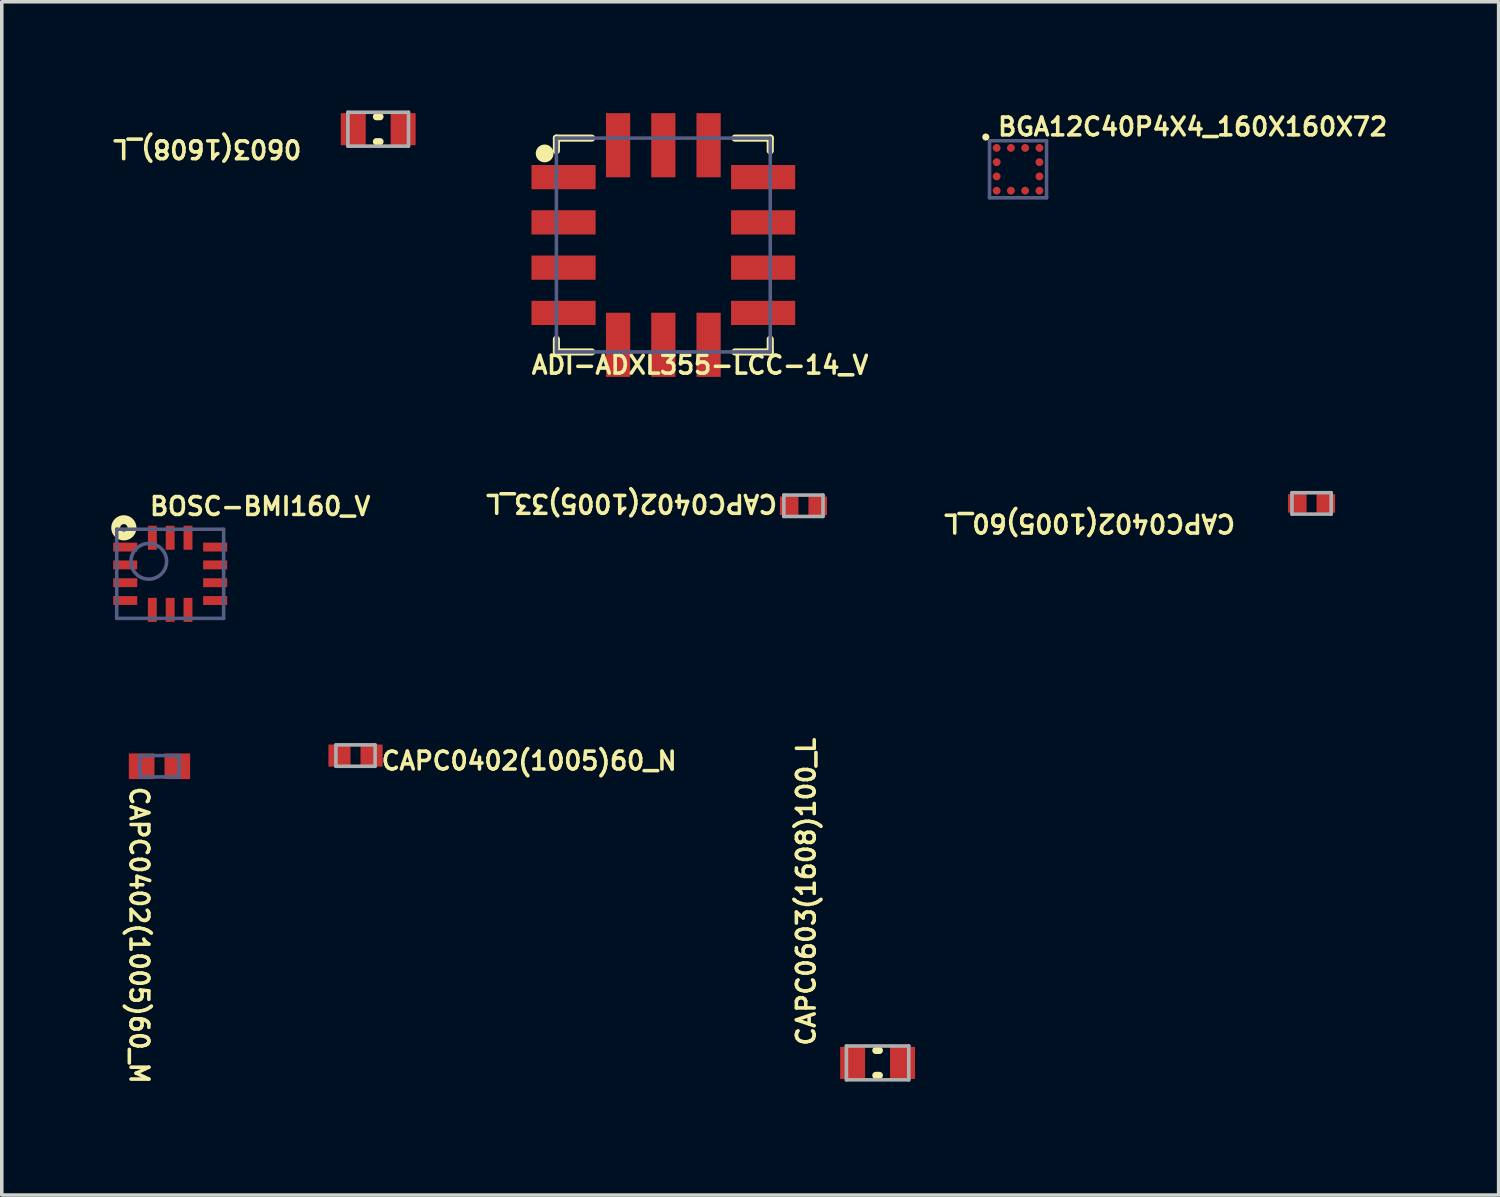
<source format=kicad_pcb>
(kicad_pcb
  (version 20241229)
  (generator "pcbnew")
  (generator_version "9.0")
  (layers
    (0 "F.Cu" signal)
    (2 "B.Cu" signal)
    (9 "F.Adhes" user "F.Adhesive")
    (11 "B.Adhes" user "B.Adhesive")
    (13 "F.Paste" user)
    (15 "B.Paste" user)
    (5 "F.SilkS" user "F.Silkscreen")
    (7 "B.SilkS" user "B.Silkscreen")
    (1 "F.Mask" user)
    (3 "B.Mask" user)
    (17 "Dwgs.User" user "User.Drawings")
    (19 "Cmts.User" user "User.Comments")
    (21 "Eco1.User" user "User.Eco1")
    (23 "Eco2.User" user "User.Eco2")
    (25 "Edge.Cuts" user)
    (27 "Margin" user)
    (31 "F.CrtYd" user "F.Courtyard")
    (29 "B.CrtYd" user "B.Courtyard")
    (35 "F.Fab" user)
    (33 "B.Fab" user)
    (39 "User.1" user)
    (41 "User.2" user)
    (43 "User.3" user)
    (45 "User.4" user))
  (footprint "CAPC0603(1608)100_L"
    (layer "F.Cu")
    (at 21.574 26.774)
    (property "Reference" "CAPC0603(1608)100_L" (at -1.712 -0.43 90) (unlocked yes) (layer "F.SilkS") (effects (font (size 0.5 0.5) (thickness 0.1)) (justify left bottom)))
    (fp_line (start -0.05 -0.35) (end 0.05 -0.35) (stroke (width 0.2) (type solid)) (layer "F.SilkS"))
    (fp_line (start -0.05 0.35) (end 0.05 0.35) (stroke (width 0.2) (type solid)) (layer "F.SilkS"))
    (fp_line (start -1.15 -0.55) (end 1.15 -0.55) (stroke (width 0.05) (type solid)) (layer "Eco1.User"))
    (fp_line (start -1.15 0.55) (end -1.15 -0.55) (stroke (width 0.05) (type solid)) (layer "Eco1.User"))
    (fp_line (start -1.15 0.55) (end 1.15 0.55) (stroke (width 0.05) (type solid)) (layer "Eco1.User"))
    (fp_line (start -0.475 0) (end 0.475 0) (stroke (width 0.05) (type solid)) (layer "Eco1.User"))
    (fp_line (start 0.00001 0.475) (end 0.00001 -0.475) (stroke (width 0.05) (type solid)) (layer "Eco1.User"))
    (fp_line (start 1.15 0.55) (end 1.15 -0.55) (stroke (width 0.05) (type solid)) (layer "Eco1.User"))
    (fp_line (start -0.875 -0.475) (end 0.875 -0.475) (stroke (width 0.1) (type solid)) (layer "F.Fab"))
    (fp_line (start -0.875 0.475) (end -0.875 -0.475) (stroke (width 0.1) (type solid)) (layer "F.Fab"))
    (fp_line (start -0.875 0.475) (end 0.875 0.475) (stroke (width 0.1) (type solid)) (layer "F.Fab"))
    (fp_line (start 0.875 0.475) (end 0.875 -0.475) (stroke (width 0.1) (type solid)) (layer "F.Fab"))
    (pad "1" smd rect (at -0.7 0 270) (size 0.9 0.7) (layers "F.Cu" "F.Mask" "F.Paste"))
    (pad "2" smd rect (at 0.7 0 270) (size 0.9 0.7) (layers "F.Cu" "F.Mask" "F.Paste")))
  (footprint "CAPC0402(1005)33_L"
    (layer "F.Cu")
    (at 19.493 11.141)
    (property "Reference" "CAPC0402(1005)33_L" (at -0.684 -0.355 180) (unlocked yes) (layer "F.SilkS") (effects (font (size 0.5 0.5) (thickness 0.1)) (justify left bottom)))
    (fp_line (start -0.8 0.4) (end -0.8 -0.4) (stroke (width 0.05) (type solid)) (layer "Eco1.User"))
    (fp_line (start 0 0.3) (end 0 -0.3) (stroke (width 0.05) (type solid)) (layer "Eco1.User"))
    (fp_line (start 0.3 0) (end -0.3 0) (stroke (width 0.05) (type solid)) (layer "Eco1.User"))
    (fp_line (start 0.8 -0.4) (end -0.8 -0.4) (stroke (width 0.05) (type solid)) (layer "Eco1.User"))
    (fp_line (start 0.8 0.4) (end -0.8 0.4) (stroke (width 0.05) (type solid)) (layer "Eco1.User"))
    (fp_line (start 0.8 0.4) (end 0.8 -0.4) (stroke (width 0.05) (type solid)) (layer "Eco1.User"))
    (fp_line (start -0.55 0.3) (end -0.55 -0.3) (stroke (width 0.1) (type solid)) (layer "F.Fab"))
    (fp_line (start 0.55 -0.3) (end -0.55 -0.3) (stroke (width 0.1) (type solid)) (layer "F.Fab"))
    (fp_line (start 0.55 0.3) (end -0.55 0.3) (stroke (width 0.1) (type solid)) (layer "F.Fab"))
    (fp_line (start 0.55 0.3) (end 0.55 -0.3) (stroke (width 0.1) (type solid)) (layer "F.Fab"))
    (pad "1" smd rect (at -0.4 0 270) (size 0.52 0.52) (layers "F.Cu" "F.Mask" "F.Paste"))
    (pad "2" smd rect (at 0.4 0 270) (size 0.52 0.52) (layers "F.Cu" "F.Mask" "F.Paste")))
  (footprint "BGA12C40P4X4_160X160X72"
    (layer "F.Cu")
    (at 25.515 1.7)
    (property "Reference" "BGA12C40P4X4_160X160X72" (at -0.62 -0.9 0) (unlocked yes) (layer "F.SilkS") (effects (font (size 0.5 0.5) (thickness 0.1)) (justify left bottom)))
    (fp_circle (center -0.905 -0.905) (end -0.905 -0.955) (stroke (width 0.1) (type solid)) (fill no) (layer "F.SilkS"))
    (fp_line (start -1.05 -1.05) (end 1.05 -1.05) (stroke (width 0.05) (type solid)) (layer "Eco1.User"))
    (fp_line (start -1.05 1.05) (end -1.05 -1.05) (stroke (width 0.05) (type solid)) (layer "Eco1.User"))
    (fp_line (start -1.05 1.05) (end 1.05 1.05) (stroke (width 0.05) (type solid)) (layer "Eco1.User"))
    (fp_line (start -0.5 0) (end 0.5 0) (stroke (width 0.1) (type solid)) (layer "Eco1.User"))
    (fp_line (start 0 0.5) (end 0 -0.5) (stroke (width 0.1) (type solid)) (layer "Eco1.User"))
    (fp_line (start 1.05 1.05) (end 1.05 -1.05) (stroke (width 0.05) (type solid)) (layer "Eco1.User"))
    (fp_line (start -0.8 -0.8) (end 0.8 -0.8) (stroke (width 0.1) (type solid)) (layer "B.Fab"))
    (fp_line (start -0.8 0.8) (end -0.8 -0.8) (stroke (width 0.1) (type solid)) (layer "B.Fab"))
    (fp_line (start -0.8 0.8) (end 0.8 0.8) (stroke (width 0.1) (type solid)) (layer "B.Fab"))
    (fp_line (start 0.8 0.8) (end 0.8 -0.8) (stroke (width 0.1) (type solid)) (layer "B.Fab"))
    (pad "1" smd circle (at -0.6 -0.6) (size 0.22 0.22) (layers "F.Cu" "F.Mask" "F.Paste"))
    (pad "2" smd circle (at -0.2 -0.6) (size 0.22 0.22) (layers "F.Cu" "F.Mask" "F.Paste"))
    (pad "3" smd circle (at 0.2 -0.6) (size 0.22 0.22) (layers "F.Cu" "F.Mask" "F.Paste"))
    (pad "4" smd circle (at 0.6 -0.6) (size 0.22 0.22) (layers "F.Cu" "F.Mask" "F.Paste"))
    (pad "5" smd circle (at 0.6 -0.2) (size 0.22 0.22) (layers "F.Cu" "F.Mask" "F.Paste"))
    (pad "6" smd circle (at 0.6 0.2) (size 0.22 0.22) (layers "F.Cu" "F.Mask" "F.Paste"))
    (pad "7" smd circle (at 0.6 0.6) (size 0.22 0.22) (layers "F.Cu" "F.Mask" "F.Paste"))
    (pad "8" smd circle (at 0.2 0.6) (size 0.22 0.22) (layers "F.Cu" "F.Mask" "F.Paste"))
    (pad "9" smd circle (at -0.2 0.6) (size 0.22 0.22) (layers "F.Cu" "F.Mask" "F.Paste"))
    (pad "10" smd circle (at -0.6 0.6) (size 0.22 0.22) (layers "F.Cu" "F.Mask" "F.Paste"))
    (pad "11" smd circle (at -0.6 0.2) (size 0.22 0.22) (layers "F.Cu" "F.Mask" "F.Paste"))
    (pad "12" smd circle (at -0.6 -0.2) (size 0.22 0.22) (layers "F.Cu" "F.Mask" "F.Paste")))
  (footprint "CAPC0402(1005)60_L"
    (layer "F.Cu")
    (at 33.751 11.075)
    (property "Reference" "CAPC0402(1005)60_L" (at -2.09 0.265 180) (unlocked yes) (layer "F.SilkS") (effects (font (size 0.5 0.5) (thickness 0.1)) (justify left bottom)))
    (fp_line (start -0.8 -0.4) (end -0.8 0.4) (stroke (width 0.05) (type solid)) (layer "Eco1.User"))
    (fp_line (start 0 -0.3) (end 0 0.3) (stroke (width 0.05) (type solid)) (layer "Eco1.User"))
    (fp_line (start 0.3 0) (end -0.3 0) (stroke (width 0.05) (type solid)) (layer "Eco1.User"))
    (fp_line (start 0.8 -0.4) (end -0.8 -0.4) (stroke (width 0.05) (type solid)) (layer "Eco1.User"))
    (fp_line (start 0.8 -0.4) (end 0.8 0.4) (stroke (width 0.05) (type solid)) (layer "Eco1.User"))
    (fp_line (start 0.8 0.4) (end -0.8 0.4) (stroke (width 0.05) (type solid)) (layer "Eco1.User"))
    (fp_line (start -0.55 -0.3) (end -0.55 0.3) (stroke (width 0.1) (type solid)) (layer "F.Fab"))
    (fp_line (start 0.55 -0.3) (end -0.55 -0.3) (stroke (width 0.1) (type solid)) (layer "F.Fab"))
    (fp_line (start 0.55 -0.3) (end 0.55 0.3) (stroke (width 0.1) (type solid)) (layer "F.Fab"))
    (fp_line (start 0.55 0.3) (end -0.55 0.3) (stroke (width 0.1) (type solid)) (layer "F.Fab"))
    (pad "1" smd rect (at -0.4 0 270) (size 0.52 0.52) (layers "F.Cu" "F.Mask" "F.Paste"))
    (pad "2" smd rect (at 0.4 0 270) (size 0.52 0.52) (layers "F.Cu" "F.Mask" "F.Paste")))
  (footprint "CAPC0402(1005)60_N"
    (layer "F.Cu")
    (at 6.925 18.15)
    (property "Reference" "CAPC0402(1005)60_N" (at 0.675 0.442 0) (unlocked yes) (layer "F.SilkS") (effects (font (size 0.5 0.5) (thickness 0.1)) (justify left bottom)))
    (fp_line (start -1.05 -0.6) (end -1.05 0.6) (stroke (width 0.05) (type solid)) (layer "Eco1.User"))
    (fp_line (start -1.05 -0.6) (end 1.05 -0.6) (stroke (width 0.05) (type solid)) (layer "Eco1.User"))
    (fp_line (start -1.05 0.6) (end 1.05 0.6) (stroke (width 0.05) (type solid)) (layer "Eco1.User"))
    (fp_line (start -0.3 0) (end 0.3 0) (stroke (width 0.05) (type solid)) (layer "Eco1.User"))
    (fp_line (start 0 -0.3) (end 0 0.3) (stroke (width 0.05) (type solid)) (layer "Eco1.User"))
    (fp_line (start 1.05 -0.6) (end 1.05 0.6) (stroke (width 0.05) (type solid)) (layer "Eco1.User"))
    (fp_line (start -0.55 -0.3) (end -0.55 0.3) (stroke (width 0.1) (type solid)) (layer "F.Fab"))
    (fp_line (start -0.55 -0.3) (end 0.55 -0.3) (stroke (width 0.1) (type solid)) (layer "F.Fab"))
    (fp_line (start -0.55 0.3) (end 0.55 0.3) (stroke (width 0.1) (type solid)) (layer "F.Fab"))
    (fp_line (start 0.55 -0.3) (end 0.55 0.3) (stroke (width 0.1) (type solid)) (layer "F.Fab"))
    (pad "1" smd rect (at -0.45 0 270) (size 0.62 0.62) (layers "F.Cu" "F.Mask" "F.Paste"))
    (pad "2" smd rect (at 0.45 0 270) (size 0.62 0.62) (layers "F.Cu" "F.Mask" "F.Paste")))
  (footprint "0603(1608)_L"
    (layer "F.Cu")
    (at 7.562 0.575)
    (property "Reference" "0603(1608)_L" (at -2.1 0.26 180) (unlocked yes) (layer "F.SilkS") (effects (font (size 0.5 0.5) (thickness 0.1)) (justify left bottom)))
    (fp_line (start 0.05 -0.35) (end -0.05 -0.35) (stroke (width 0.2) (type solid)) (layer "F.SilkS"))
    (fp_line (start 0.05 0.35) (end -0.05 0.35) (stroke (width 0.2) (type solid)) (layer "F.SilkS"))
    (fp_line (start -1.15 0.55) (end -1.15 -0.55) (stroke (width 0.05) (type solid)) (layer "Eco1.User"))
    (fp_line (start 0 0.475) (end 0 -0.475) (stroke (width 0.05) (type solid)) (layer "Eco1.User"))
    (fp_line (start 0.475 0) (end -0.475 0) (stroke (width 0.05) (type solid)) (layer "Eco1.User"))
    (fp_line (start 1.15 -0.55) (end -1.15 -0.55) (stroke (width 0.05) (type solid)) (layer "Eco1.User"))
    (fp_line (start 1.15 0.55) (end -1.15 0.55) (stroke (width 0.05) (type solid)) (layer "Eco1.User"))
    (fp_line (start 1.15 0.55) (end 1.15 -0.55) (stroke (width 0.05) (type solid)) (layer "Eco1.User"))
    (fp_line (start -0.85 0.475) (end -0.85 -0.475) (stroke (width 0.1) (type solid)) (layer "F.Fab"))
    (fp_line (start 0.85 -0.475) (end -0.85 -0.475) (stroke (width 0.1) (type solid)) (layer "F.Fab"))
    (fp_line (start 0.85 0.475) (end -0.85 0.475) (stroke (width 0.1) (type solid)) (layer "F.Fab"))
    (fp_line (start 0.85 0.475) (end 0.85 -0.475) (stroke (width 0.1) (type solid)) (layer "F.Fab"))
    (pad "1" smd rect (at -0.7 0 270) (size 0.9 0.7) (layers "F.Cu" "F.Mask" "F.Paste"))
    (pad "2" smd rect (at 0.7 0 270) (size 0.9 0.7) (layers "F.Cu" "F.Mask" "F.Paste")))
  (footprint "ADI-ADXL355-LCC-14_V"
    (layer "F.Cu")
    (at 15.562 3.825)
    (property "Reference" "ADI-ADXL355-LCC-14_V" (at -3.75 3.66 0) (unlocked yes) (layer "F.SilkS") (effects (font (size 0.5 0.5) (thickness 0.1)) (justify left bottom)))
    (fp_line (start -3 -3) (end -2.01 -3) (stroke (width 0.2) (type solid)) (layer "F.SilkS"))
    (fp_line (start -3 -2.645) (end -3 -3) (stroke (width 0.2) (type solid)) (layer "F.SilkS"))
    (fp_line (start -3 3) (end -3 2.645) (stroke (width 0.2) (type solid)) (layer "F.SilkS"))
    (fp_line (start -3 3) (end -2.01 3) (stroke (width 0.2) (type solid)) (layer "F.SilkS"))
    (fp_line (start 2.01 -3) (end 3 -3) (stroke (width 0.2) (type solid)) (layer "F.SilkS"))
    (fp_line (start 2.01 3) (end 3 3) (stroke (width 0.2) (type solid)) (layer "F.SilkS"))
    (fp_line (start 3 -2.645) (end 3 -3) (stroke (width 0.2) (type solid)) (layer "F.SilkS"))
    (fp_line (start 3 3) (end 3 2.645) (stroke (width 0.2) (type solid)) (layer "F.SilkS"))
    (fp_circle (center -3.33 -2.57) (end -3.33 -2.695) (stroke (width 0.25) (type solid)) (fill no) (layer "F.SilkS"))
    (fp_line (start -3.8 -3.8) (end 3.8 -3.8) (stroke (width 0.05) (type solid)) (layer "Eco1.User"))
    (fp_line (start -3.8 3.8) (end -3.8 -3.8) (stroke (width 0.05) (type solid)) (layer "Eco1.User"))
    (fp_line (start -3.8 3.8) (end 3.8 3.8) (stroke (width 0.05) (type solid)) (layer "Eco1.User"))
    (fp_line (start -0.5 0) (end 0.5 0) (stroke (width 0.1) (type solid)) (layer "Eco1.User"))
    (fp_line (start 0 0.5) (end 0 -0.5) (stroke (width 0.1) (type solid)) (layer "Eco1.User"))
    (fp_line (start 3.8 3.8) (end 3.8 -3.8) (stroke (width 0.05) (type solid)) (layer "Eco1.User"))
    (fp_line (start -3 -3) (end 3 -3) (stroke (width 0.1) (type solid)) (layer "B.Fab"))
    (fp_line (start -3 3) (end -3 -3) (stroke (width 0.1) (type solid)) (layer "B.Fab"))
    (fp_line (start -3 3) (end 3 3) (stroke (width 0.1) (type solid)) (layer "B.Fab"))
    (fp_line (start 3 3) (end 3 -3) (stroke (width 0.1) (type solid)) (layer "B.Fab"))
    (pad "1" smd rect (at -2.8 -1.905 90) (size 0.68 1.8) (layers "F.Cu" "F.Mask" "F.Paste"))
    (pad "2" smd rect (at -2.8 -0.635 90) (size 0.68 1.8) (layers "F.Cu" "F.Mask" "F.Paste"))
    (pad "3" smd rect (at -2.8 0.635 90) (size 0.68 1.8) (layers "F.Cu" "F.Mask" "F.Paste"))
    (pad "4" smd rect (at -2.8 1.905 90) (size 0.68 1.8) (layers "F.Cu" "F.Mask" "F.Paste"))
    (pad "5" smd rect (at -1.27 2.8) (size 0.68 1.8) (layers "F.Cu" "F.Mask" "F.Paste"))
    (pad "6" smd rect (at 0 2.8) (size 0.68 1.8) (layers "F.Cu" "F.Mask" "F.Paste"))
    (pad "7" smd rect (at 1.27 2.8) (size 0.68 1.8) (layers "F.Cu" "F.Mask" "F.Paste"))
    (pad "8" smd rect (at 2.8 1.905 90) (size 0.68 1.8) (layers "F.Cu" "F.Mask" "F.Paste"))
    (pad "9" smd rect (at 2.8 0.635 90) (size 0.68 1.8) (layers "F.Cu" "F.Mask" "F.Paste"))
    (pad "10" smd rect (at 2.8 -0.635 90) (size 0.68 1.8) (layers "F.Cu" "F.Mask" "F.Paste"))
    (pad "11" smd rect (at 2.8 -1.905 90) (size 0.68 1.8) (layers "F.Cu" "F.Mask" "F.Paste"))
    (pad "12" smd rect (at 1.27 -2.8) (size 0.68 1.8) (layers "F.Cu" "F.Mask" "F.Paste"))
    (pad "13" smd rect (at 0 -2.8) (size 0.68 1.8) (layers "F.Cu" "F.Mask" "F.Paste"))
    (pad "14" smd rect (at -1.27 -2.8) (size 0.68 1.8) (layers "F.Cu" "F.Mask" "F.Paste")))
  (footprint "CAPC0402(1005)60_M"
    (layer "F.Cu")
    (at 1.425 18.45)
    (property "Reference" "CAPC0402(1005)60_M" (at -0.865 0.521 270) (unlocked yes) (layer "F.SilkS") (effects (font (size 0.5 0.5) (thickness 0.1)) (justify left bottom)))
    (fp_line (start -1.4 -0.9) (end -1.4 0.9) (stroke (width 0.05) (type solid)) (layer "Eco1.User"))
    (fp_line (start -1.4 -0.9) (end 1.4 -0.9) (stroke (width 0.05) (type solid)) (layer "Eco1.User"))
    (fp_line (start -1.4 0.9) (end 1.4 0.9) (stroke (width 0.05) (type solid)) (layer "Eco1.User"))
    (fp_line (start -0.3 0) (end 0.3 0) (stroke (width 0.05) (type solid)) (layer "Eco1.User"))
    (fp_line (start 0 -0.3) (end 0 0.3) (stroke (width 0.05) (type solid)) (layer "Eco1.User"))
    (fp_line (start 1.4 -0.9) (end 1.4 0.9) (stroke (width 0.05) (type solid)) (layer "Eco1.User"))
    (fp_line (start -0.55 -0.3) (end -0.55 0.3) (stroke (width 0.1) (type solid)) (layer "B.Fab"))
    (fp_line (start -0.55 -0.3) (end 0.55 -0.3) (stroke (width 0.1) (type solid)) (layer "B.Fab"))
    (fp_line (start -0.55 0.3) (end 0.55 0.3) (stroke (width 0.1) (type solid)) (layer "B.Fab"))
    (fp_line (start 0.55 -0.3) (end 0.55 0.3) (stroke (width 0.1) (type solid)) (layer "B.Fab"))
    (pad "1" smd rect (at -0.5 0 90) (size 0.72 0.72) (layers "F.Cu" "F.Mask" "F.Paste"))
    (pad "2" smd rect (at 0.5 0 90) (size 0.72 0.72) (layers "F.Cu" "F.Mask" "F.Paste")))
  (footprint "BOSC-BMI160_V"
    (layer "F.Cu")
    (at 1.725 13.05)
    (property "Reference" "BOSC-BMI160_V" (at -0.625 -1.6 0) (unlocked yes) (layer "F.SilkS") (effects (font (size 0.5 0.5) (thickness 0.1)) (justify left bottom)))
    (fp_circle (center -1.3 -1.29) (end -1.3 -1.394) (stroke (width 0.25) (type solid)) (fill no) (layer "F.SilkS"))
    (fp_line (start -1.7 -1.45) (end 1.7 -1.45) (stroke (width 0.05) (type solid)) (layer "Eco1.User"))
    (fp_line (start -1.7 1.45) (end -1.7 -1.45) (stroke (width 0.05) (type solid)) (layer "Eco1.User"))
    (fp_line (start -1.7 1.45) (end 1.7 1.45) (stroke (width 0.05) (type solid)) (layer "Eco1.User"))
    (fp_line (start -0.5 0) (end 0.5 0) (stroke (width 0.1) (type solid)) (layer "Eco1.User"))
    (fp_line (start 0 0.5) (end 0 -0.5) (stroke (width 0.1) (type solid)) (layer "Eco1.User"))
    (fp_line (start 1.7 1.45) (end 1.7 -1.45) (stroke (width 0.05) (type solid)) (layer "Eco1.User"))
    (fp_line (start -1.5 -1.25) (end 1.5 -1.25) (stroke (width 0.1) (type solid)) (layer "B.Fab"))
    (fp_line (start -1.5 1.25) (end -1.5 -1.25) (stroke (width 0.1) (type solid)) (layer "B.Fab"))
    (fp_line (start -1.5 1.25) (end 1.5 1.25) (stroke (width 0.1) (type solid)) (layer "B.Fab"))
    (fp_line (start 1.5 1.25) (end 1.5 -1.25) (stroke (width 0.1) (type solid)) (layer "B.Fab"))
    (fp_circle (center -0.6 -0.35) (end -0.6 -0.85) (stroke (width 0.1) (type solid)) (fill no) (layer "B.Fab"))
    (pad "1" smd rect (at -1.262 -0.75 90) (size 0.25 0.675) (layers "F.Cu" "F.Mask" "F.Paste"))
    (pad "2" smd rect (at -1.262 -0.25 90) (size 0.25 0.675) (layers "F.Cu" "F.Mask" "F.Paste"))
    (pad "3" smd rect (at -1.262 0.25 90) (size 0.25 0.675) (layers "F.Cu" "F.Mask" "F.Paste"))
    (pad "4" smd rect (at -1.262 0.75 90) (size 0.25 0.675) (layers "F.Cu" "F.Mask" "F.Paste"))
    (pad "5" smd rect (at -0.5 1.012) (size 0.25 0.675) (layers "F.Cu" "F.Mask" "F.Paste"))
    (pad "6" smd rect (at 0 1.012) (size 0.25 0.675) (layers "F.Cu" "F.Mask" "F.Paste"))
    (pad "7" smd rect (at 0.5 1.012) (size 0.25 0.675) (layers "F.Cu" "F.Mask" "F.Paste"))
    (pad "8" smd rect (at 1.262 0.75 90) (size 0.25 0.675) (layers "F.Cu" "F.Mask" "F.Paste"))
    (pad "9" smd rect (at 1.262 0.25 90) (size 0.25 0.675) (layers "F.Cu" "F.Mask" "F.Paste"))
    (pad "10" smd rect (at 1.262 -0.25 90) (size 0.25 0.675) (layers "F.Cu" "F.Mask" "F.Paste"))
    (pad "11" smd rect (at 1.262 -0.75 90) (size 0.25 0.675) (layers "F.Cu" "F.Mask" "F.Paste"))
    (pad "12" smd rect (at 0.5 -1.012) (size 0.25 0.675) (layers "F.Cu" "F.Mask" "F.Paste"))
    (pad "13" smd rect (at 0 -1.012) (size 0.25 0.675) (layers "F.Cu" "F.Mask" "F.Paste"))
    (pad "14" smd rect (at -0.5 -1.012) (size 0.25 0.675) (layers "F.Cu" "F.Mask" "F.Paste")))
  (gr_rect
    (start -3 -3)
    (end 39 30.481)
    (stroke (width 0.1) (type default))
    (fill no)
    (layer "Edge.Cuts")))
</source>
